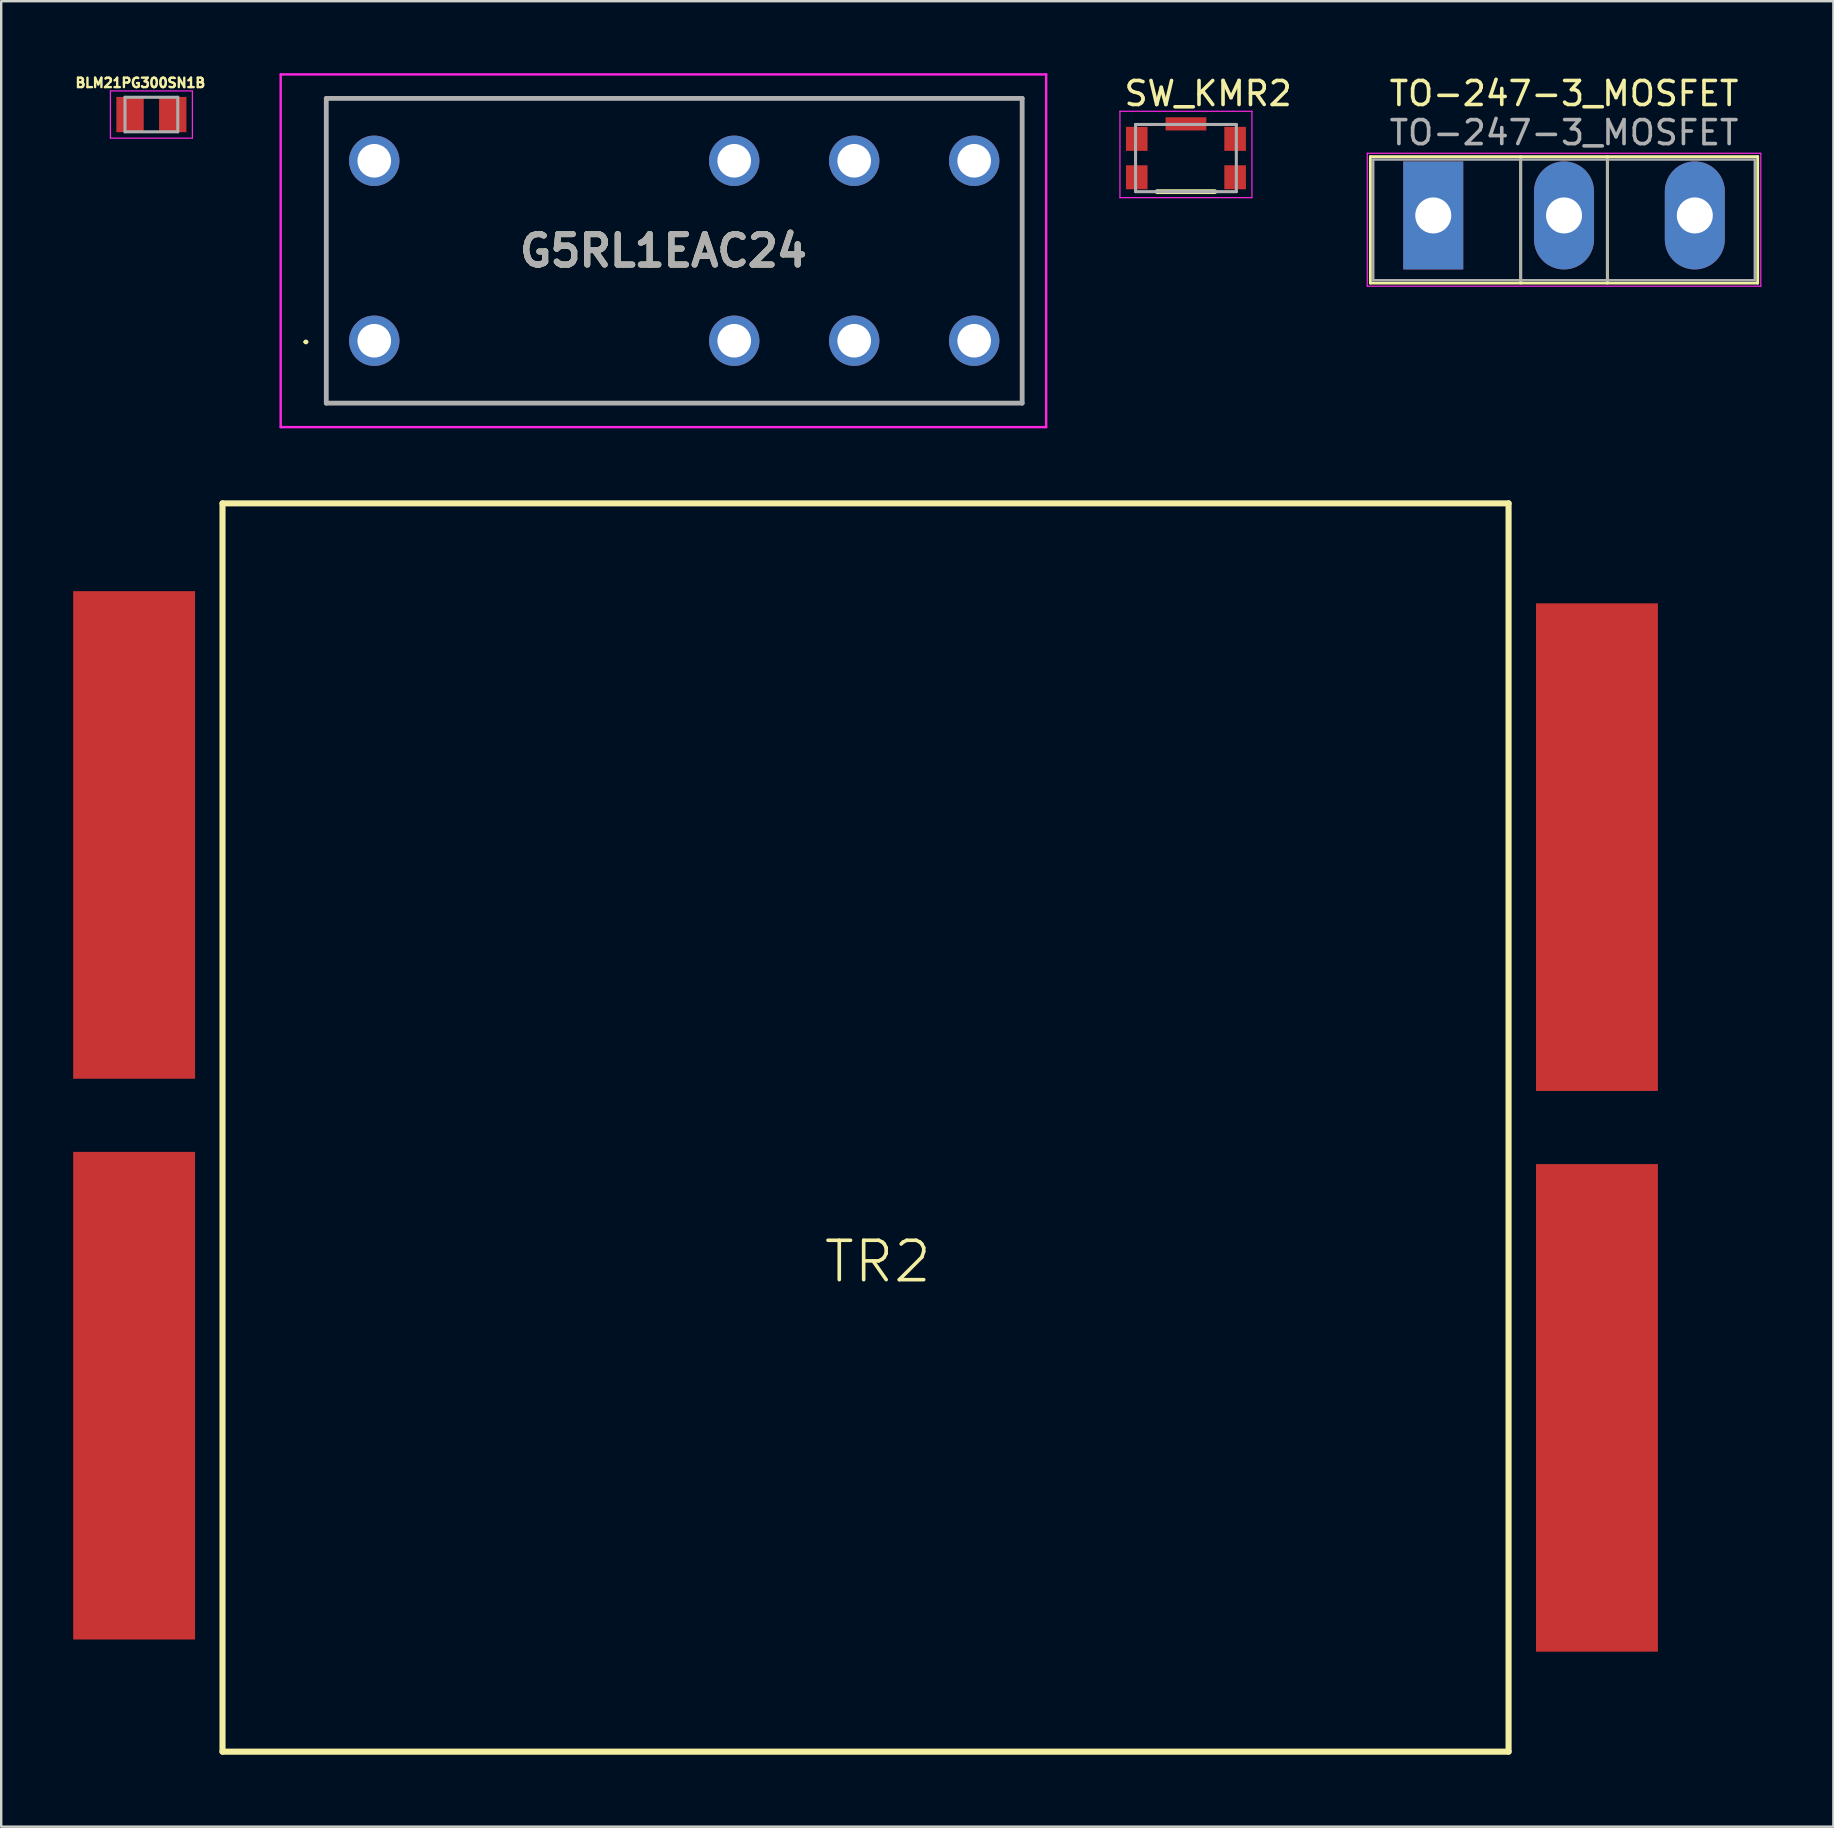
<source format=kicad_pcb>
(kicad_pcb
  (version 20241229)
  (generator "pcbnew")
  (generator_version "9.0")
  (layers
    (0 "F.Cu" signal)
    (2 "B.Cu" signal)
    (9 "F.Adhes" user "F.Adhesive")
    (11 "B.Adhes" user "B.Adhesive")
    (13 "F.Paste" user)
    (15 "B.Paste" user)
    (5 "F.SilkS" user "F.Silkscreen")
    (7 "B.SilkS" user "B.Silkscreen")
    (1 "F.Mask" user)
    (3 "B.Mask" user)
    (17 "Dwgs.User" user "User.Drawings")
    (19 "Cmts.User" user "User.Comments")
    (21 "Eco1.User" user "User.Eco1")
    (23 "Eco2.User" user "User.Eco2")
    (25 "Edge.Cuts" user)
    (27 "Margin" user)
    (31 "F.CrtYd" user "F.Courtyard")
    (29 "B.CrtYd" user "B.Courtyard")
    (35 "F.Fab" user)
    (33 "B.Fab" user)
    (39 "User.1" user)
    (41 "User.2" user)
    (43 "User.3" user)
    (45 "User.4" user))
  (footprint "TR2"
    (layer "F.Cu")
    (at 33.274 49.271)
    (property "Reference" "TR2" (at 0.254 0.254 0) (layer "F.SilkS") (effects (font (size 1.642 1.642) (thickness 0.15))))
    (attr smd)
    (fp_line (start -27.051 -31.344) (end -27.051 20.676) (stroke (width 0.254) (type solid)) (layer "F.SilkS"))
    (fp_line (start 26.543 -31.344) (end -27.051 -31.344) (stroke (width 0.254) (type solid)) (layer "F.SilkS"))
    (fp_line (start 26.543 -31.344) (end 26.543 20.676) (stroke (width 0.254) (type solid)) (layer "F.SilkS"))
    (fp_line (start 26.543 20.676) (end -27.051 20.676) (stroke (width 0.254) (type solid)) (layer "F.SilkS"))
    (pad "1" smd rect (at -30.734 5.842 90) (size 20.32 5.08) (layers "F.Cu" "F.Mask" "F.Paste"))
    (pad "2" smd rect (at 30.226 6.35 90) (size 20.32 5.08) (layers "F.Cu" "F.Mask" "F.Paste"))
    (pad "3" smd rect (at -30.734 -17.526 90) (size 20.32 5.08) (layers "F.Cu" "F.Mask" "F.Paste"))
    (pad "4" smd rect (at 30.226 -17.018 90) (size 20.32 5.08) (layers "F.Cu" "F.Mask" "F.Paste")))
  (footprint "G5RL1EAC24"
    (layer "F.Cu")
    (at 12.547 11.15)
    (property "Reference" "G5RL1EAC24" (at 12.05 -3.75 0) (layer "F.SilkS") (effects (font (size 1.27 1.27) (thickness 0.254))))
    (attr through_hole)
    (fp_line (start -2.9 0.05) (end -2.9 0.05) (stroke (width 0.1) (type solid)) (layer "F.SilkS"))
    (fp_line (start -2.8 0.05) (end -2.8 0.05) (stroke (width 0.1) (type solid)) (layer "F.SilkS"))
    (fp_line (start -2 -10.1) (end -2 2.6) (stroke (width 0.1) (type solid)) (layer "F.SilkS"))
    (fp_line (start -2 2.6) (end 27 2.6) (stroke (width 0.1) (type solid)) (layer "F.SilkS"))
    (fp_line (start 27 -10.1) (end -2 -10.1) (stroke (width 0.1) (type solid)) (layer "F.SilkS"))
    (fp_line (start 27 2.6) (end 27 -10.1) (stroke (width 0.1) (type solid)) (layer "F.SilkS"))
    (fp_arc (start -2.9 0.05) (mid -2.85 0) (end -2.8 0.05) (stroke (width 0.1) (type solid)) (layer "F.SilkS"))
    (fp_arc (start -2.8 0.05) (mid -2.85 0.1) (end -2.9 0.05) (stroke (width 0.1) (type solid)) (layer "F.SilkS"))
    (fp_line (start -3.9 -11.1) (end 28 -11.1) (stroke (width 0.1) (type solid)) (layer "F.CrtYd"))
    (fp_line (start -3.9 3.6) (end -3.9 -11.1) (stroke (width 0.1) (type solid)) (layer "F.CrtYd"))
    (fp_line (start 28 -11.1) (end 28 3.6) (stroke (width 0.1) (type solid)) (layer "F.CrtYd"))
    (fp_line (start 28 3.6) (end -3.9 3.6) (stroke (width 0.1) (type solid)) (layer "F.CrtYd"))
    (fp_line (start -2 -10.1) (end -2 2.6) (stroke (width 0.2) (type solid)) (layer "F.Fab"))
    (fp_line (start -2 2.6) (end 27 2.6) (stroke (width 0.2) (type solid)) (layer "F.Fab"))
    (fp_line (start 27 -10.1) (end -2 -10.1) (stroke (width 0.2) (type solid)) (layer "F.Fab"))
    (fp_line (start 27 2.6) (end 27 -10.1) (stroke (width 0.2) (type solid)) (layer "F.Fab"))
    (fp_text user "${REFERENCE}" (at 12.05 -3.75 0) (layer "F.Fab") (effects (font (size 1.27 1.27) (thickness 0.254))))
    (pad "1" thru_hole circle (at 0 0) (size 2.1 2.1) (drill 1.4) (layers "*.Cu" "*.Mask"))
    (pad "2" thru_hole circle (at 15 0) (size 2.1 2.1) (drill 1.4) (layers "*.Cu" "*.Mask"))
    (pad "3" thru_hole circle (at 20 0) (size 2.1 2.1) (drill 1.4) (layers "*.Cu" "*.Mask"))
    (pad "4" thru_hole circle (at 25 0) (size 2.1 2.1) (drill 1.4) (layers "*.Cu" "*.Mask"))
    (pad "5" thru_hole circle (at 25 -7.5) (size 2.1 2.1) (drill 1.4) (layers "*.Cu" "*.Mask"))
    (pad "6" thru_hole circle (at 20 -7.5) (size 2.1 2.1) (drill 1.4) (layers "*.Cu" "*.Mask"))
    (pad "7" thru_hole circle (at 15 -7.5) (size 2.1 2.1) (drill 1.4) (layers "*.Cu" "*.Mask"))
    (pad "8" thru_hole circle (at 0 -7.5) (size 2.1 2.1) (drill 1.4) (layers "*.Cu" "*.Mask")))
  (footprint "SW_KMR2"
    (layer "F.Cu")
    (at 46.372 3.537)
    (property "Reference" "SW_KMR2" (at 0.926 -2.688 0) (layer "F.SilkS") (effects (font (size 1.001 1.001) (thickness 0.15))))
    (attr smd)
    (fp_line (start -1.2 1.4) (end 1.2 1.4) (stroke (width 0.2) (type solid)) (layer "F.SilkS"))
    (fp_line (start -2.75 -1.95) (end 2.75 -1.95) (stroke (width 0.05) (type solid)) (layer "F.CrtYd"))
    (fp_line (start -2.75 1.65) (end -2.75 -1.95) (stroke (width 0.05) (type solid)) (layer "F.CrtYd"))
    (fp_line (start 2.75 -1.95) (end 2.75 1.65) (stroke (width 0.05) (type solid)) (layer "F.CrtYd"))
    (fp_line (start 2.75 1.65) (end -2.75 1.65) (stroke (width 0.05) (type solid)) (layer "F.CrtYd"))
    (fp_line (start -2.1 -1.4) (end 2.1 -1.4) (stroke (width 0.127) (type solid)) (layer "F.Fab"))
    (fp_line (start -2.1 1.4) (end -2.1 -1.4) (stroke (width 0.127) (type solid)) (layer "F.Fab"))
    (fp_line (start 2.1 -1.4) (end 2.1 1.4) (stroke (width 0.127) (type solid)) (layer "F.Fab"))
    (fp_line (start 2.1 1.4) (end -2.1 1.4) (stroke (width 0.127) (type solid)) (layer "F.Fab"))
    (pad "1" smd rect (at -2.05 -0.8) (size 0.9 1) (layers "F.Cu" "F.Mask" "F.Paste"))
    (pad "2" smd rect (at -2.05 0.8) (size 0.9 1) (layers "F.Cu" "F.Mask" "F.Paste"))
    (pad "3" smd rect (at 2.05 0.8) (size 0.9 1) (layers "F.Cu" "F.Mask" "F.Paste"))
    (pad "4" smd rect (at 2.05 -0.8) (size 0.9 1) (layers "F.Cu" "F.Mask" "F.Paste"))
    (pad "5" smd rect (at 0 -1.425) (size 1.7 0.55) (layers "F.Cu" "F.Mask" "F.Paste")))
  (footprint "TO-247-3_MOSFET"
    (layer "F.Cu")
    (at 56.678 5.928)
    (property "Reference" "TO-247-3_MOSFET" (at 5.45 -5.08 0) (layer "F.SilkS") (effects (font (size 1 1) (thickness 0.15))))
    (attr through_hole)
    (fp_line (start -2.62 -2.451) (end -2.62 2.82) (stroke (width 0.12) (type solid)) (layer "F.SilkS"))
    (fp_line (start -2.62 -2.451) (end 13.52 -2.451) (stroke (width 0.12) (type solid)) (layer "F.SilkS"))
    (fp_line (start -2.62 2.82) (end 13.52 2.82) (stroke (width 0.12) (type solid)) (layer "F.SilkS"))
    (fp_line (start 3.646 -2.451) (end 3.646 2.82) (stroke (width 0.12) (type solid)) (layer "F.SilkS"))
    (fp_line (start 7.255 -2.451) (end 7.255 2.82) (stroke (width 0.12) (type solid)) (layer "F.SilkS"))
    (fp_line (start 13.52 -2.451) (end 13.52 2.82) (stroke (width 0.12) (type solid)) (layer "F.SilkS"))
    (fp_line (start -2.75 -2.59) (end -2.75 2.95) (stroke (width 0.05) (type solid)) (layer "F.CrtYd"))
    (fp_line (start -2.75 2.95) (end 13.65 2.95) (stroke (width 0.05) (type solid)) (layer "F.CrtYd"))
    (fp_line (start 13.65 -2.59) (end -2.75 -2.59) (stroke (width 0.05) (type solid)) (layer "F.CrtYd"))
    (fp_line (start 13.65 2.95) (end 13.65 -2.59) (stroke (width 0.05) (type solid)) (layer "F.CrtYd"))
    (fp_line (start -2.5 -2.33) (end -2.5 2.7) (stroke (width 0.1) (type solid)) (layer "F.Fab"))
    (fp_line (start -2.5 2.7) (end 13.4 2.7) (stroke (width 0.1) (type solid)) (layer "F.Fab"))
    (fp_line (start 3.645 -2.33) (end 3.645 2.7) (stroke (width 0.1) (type solid)) (layer "F.Fab"))
    (fp_line (start 7.255 -2.33) (end 7.255 2.7) (stroke (width 0.1) (type solid)) (layer "F.Fab"))
    (fp_line (start 13.4 -2.33) (end -2.5 -2.33) (stroke (width 0.1) (type solid)) (layer "F.Fab"))
    (fp_line (start 13.4 2.7) (end 13.4 -2.33) (stroke (width 0.1) (type solid)) (layer "F.Fab"))
    (fp_text user "${REFERENCE}" (at 5.45 -3.45 0) (layer "F.Fab") (effects (font (size 1 1) (thickness 0.15))))
    (pad "1" thru_hole oval (at 5.45 0) (size 2.5 4.5) (drill 1.5) (layers "*.Cu" "*.Mask"))
    (pad "2" thru_hole rect (at 0 0) (size 2.5 4.5) (drill 1.5) (layers "*.Cu" "*.Mask"))
    (pad "3" thru_hole oval (at 10.9 0) (size 2.5 4.5) (drill 1.5) (layers "*.Cu" "*.Mask")))
  (footprint "BLM21PG300SN1B"
    (layer "F.Cu")
    (at 3.259 1.723)
    (property "Reference" "BLM21PG300SN1B" (at -0.46 -1.32 0) (layer "F.SilkS") (effects (font (size 0.394 0.394) (thickness 0.15))))
    (attr smd)
    (fp_line (start -1.708 -0.983) (end 1.708 -0.983) (stroke (width 0.05) (type solid)) (layer "F.CrtYd"))
    (fp_line (start -1.708 0.983) (end -1.708 -0.983) (stroke (width 0.05) (type solid)) (layer "F.CrtYd"))
    (fp_line (start -1.708 0.983) (end 1.708 0.983) (stroke (width 0.05) (type solid)) (layer "F.CrtYd"))
    (fp_line (start 1.708 0.983) (end 1.708 -0.983) (stroke (width 0.05) (type solid)) (layer "F.CrtYd"))
    (fp_line (start -1.1 0.72) (end -1.1 -0.72) (stroke (width 0.127) (type solid)) (layer "F.Fab"))
    (fp_line (start 1.1 -0.72) (end -1.1 -0.72) (stroke (width 0.127) (type solid)) (layer "F.Fab"))
    (fp_line (start 1.1 0.72) (end -1.1 0.72) (stroke (width 0.127) (type solid)) (layer "F.Fab"))
    (fp_line (start 1.1 0.72) (end 1.1 -0.72) (stroke (width 0.127) (type solid)) (layer "F.Fab"))
    (pad "1" smd rect (at -0.89 0) (size 1.14 1.47) (layers "F.Cu" "F.Mask" "F.Paste"))
    (pad "2" smd rect (at 0.89 0) (size 1.14 1.47) (layers "F.Cu" "F.Mask" "F.Paste")))
  (gr_rect
    (start -3 -3)
    (end 73.353 73.073)
    (stroke (width 0.1) (type default))
    (fill no)
    (layer "Edge.Cuts")))
</source>
